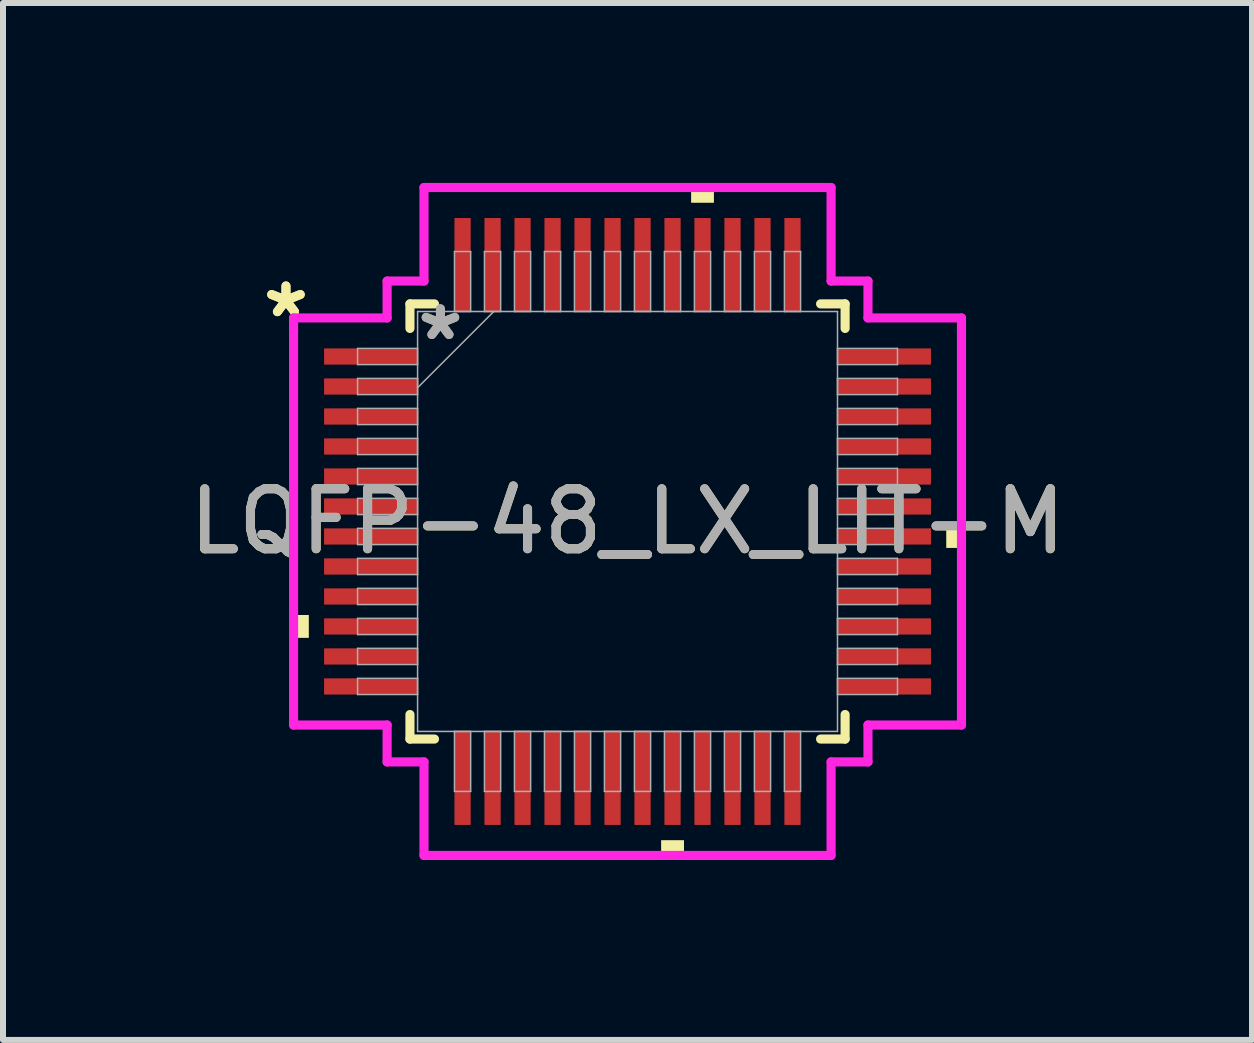
<source format=kicad_pcb>
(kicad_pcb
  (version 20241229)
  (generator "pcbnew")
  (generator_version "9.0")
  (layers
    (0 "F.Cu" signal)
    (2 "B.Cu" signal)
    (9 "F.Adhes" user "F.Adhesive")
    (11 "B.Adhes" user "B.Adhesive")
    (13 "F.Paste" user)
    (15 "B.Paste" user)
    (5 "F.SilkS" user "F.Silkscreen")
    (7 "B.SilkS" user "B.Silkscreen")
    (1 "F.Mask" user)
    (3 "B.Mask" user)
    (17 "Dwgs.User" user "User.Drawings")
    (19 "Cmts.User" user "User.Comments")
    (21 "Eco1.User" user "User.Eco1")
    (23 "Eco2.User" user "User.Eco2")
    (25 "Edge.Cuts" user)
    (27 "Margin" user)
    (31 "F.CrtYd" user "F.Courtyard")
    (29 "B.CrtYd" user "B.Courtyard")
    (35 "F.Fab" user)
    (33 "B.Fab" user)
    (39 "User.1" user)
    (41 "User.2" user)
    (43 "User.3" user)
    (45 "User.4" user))
  (footprint "LQFP-48_LX_LIT-M"
    (layer "F.Cu")
    (at 7.411 5.643)
    (property "Reference" "LQFP-48_LX_LIT-M" (at 0 0 0) (unlocked yes) (layer "F.SilkS") (effects (font (size 1 1) (thickness 0.15))))
    (attr smd)
    (fp_line (start -3.627 -3.627) (end -3.627 -3.218) (stroke (width 0.152) (type solid)) (layer "F.SilkS"))
    (fp_line (start -3.627 3.218) (end -3.627 3.627) (stroke (width 0.152) (type solid)) (layer "F.SilkS"))
    (fp_line (start -3.627 3.627) (end -3.218 3.627) (stroke (width 0.152) (type solid)) (layer "F.SilkS"))
    (fp_line (start -3.218 -3.627) (end -3.627 -3.627) (stroke (width 0.152) (type solid)) (layer "F.SilkS"))
    (fp_line (start 3.218 3.627) (end 3.627 3.627) (stroke (width 0.152) (type solid)) (layer "F.SilkS"))
    (fp_line (start 3.627 -3.627) (end 3.218 -3.627) (stroke (width 0.152) (type solid)) (layer "F.SilkS"))
    (fp_line (start 3.627 -3.218) (end 3.627 -3.627) (stroke (width 0.152) (type solid)) (layer "F.SilkS"))
    (fp_line (start 3.627 3.627) (end 3.627 3.218) (stroke (width 0.152) (type solid)) (layer "F.SilkS"))
    (fp_poly (pts (xy -5.567 1.559) (xy -5.567 1.94) (xy -5.313 1.94) (xy -5.313 1.559)) (stroke (width 0) (type solid)) (fill yes) (layer "F.SilkS"))
    (fp_poly (pts (xy 0.56 5.313) (xy 0.56 5.567) (xy 0.941 5.567) (xy 0.941 5.313)) (stroke (width 0) (type solid)) (fill yes) (layer "F.SilkS"))
    (fp_poly (pts (xy 1.06 -5.313) (xy 1.06 -5.567) (xy 1.44 -5.567) (xy 1.44 -5.313)) (stroke (width 0) (type solid)) (fill yes) (layer "F.SilkS"))
    (fp_poly (pts (xy 5.567 0.059) (xy 5.567 0.441) (xy 5.313 0.441) (xy 5.313 0.059)) (stroke (width 0) (type solid)) (fill yes) (layer "F.SilkS"))
    (fp_line (start -5.567 -3.393) (end -4.008 -3.393) (stroke (width 0.152) (type solid)) (layer "F.CrtYd"))
    (fp_line (start -5.567 3.393) (end -5.567 -3.393) (stroke (width 0.152) (type solid)) (layer "F.CrtYd"))
    (fp_line (start -4.008 -4.008) (end -3.393 -4.008) (stroke (width 0.152) (type solid)) (layer "F.CrtYd"))
    (fp_line (start -4.008 -3.393) (end -4.008 -4.008) (stroke (width 0.152) (type solid)) (layer "F.CrtYd"))
    (fp_line (start -4.008 3.393) (end -5.567 3.393) (stroke (width 0.152) (type solid)) (layer "F.CrtYd"))
    (fp_line (start -4.008 4.008) (end -4.008 3.393) (stroke (width 0.152) (type solid)) (layer "F.CrtYd"))
    (fp_line (start -4.008 4.008) (end -3.393 4.008) (stroke (width 0.152) (type solid)) (layer "F.CrtYd"))
    (fp_line (start -3.393 -5.567) (end 3.393 -5.567) (stroke (width 0.152) (type solid)) (layer "F.CrtYd"))
    (fp_line (start -3.393 -4.008) (end -3.393 -5.567) (stroke (width 0.152) (type solid)) (layer "F.CrtYd"))
    (fp_line (start -3.393 4.008) (end -3.393 5.567) (stroke (width 0.152) (type solid)) (layer "F.CrtYd"))
    (fp_line (start -3.393 5.567) (end 3.393 5.567) (stroke (width 0.152) (type solid)) (layer "F.CrtYd"))
    (fp_line (start 3.393 -5.567) (end 3.393 -4.008) (stroke (width 0.152) (type solid)) (layer "F.CrtYd"))
    (fp_line (start 3.393 -4.008) (end 4.008 -4.008) (stroke (width 0.152) (type solid)) (layer "F.CrtYd"))
    (fp_line (start 3.393 4.008) (end 4.008 4.008) (stroke (width 0.152) (type solid)) (layer "F.CrtYd"))
    (fp_line (start 3.393 5.567) (end 3.393 4.008) (stroke (width 0.152) (type solid)) (layer "F.CrtYd"))
    (fp_line (start 4.008 -3.393) (end 4.008 -4.008) (stroke (width 0.152) (type solid)) (layer "F.CrtYd"))
    (fp_line (start 4.008 3.393) (end 5.567 3.393) (stroke (width 0.152) (type solid)) (layer "F.CrtYd"))
    (fp_line (start 4.008 4.008) (end 4.008 3.393) (stroke (width 0.152) (type solid)) (layer "F.CrtYd"))
    (fp_line (start 5.567 -3.393) (end 4.008 -3.393) (stroke (width 0.152) (type solid)) (layer "F.CrtYd"))
    (fp_line (start 5.567 3.393) (end 5.567 -3.393) (stroke (width 0.152) (type solid)) (layer "F.CrtYd"))
    (fp_line (start -4.5 -2.885) (end -4.5 -2.615) (stroke (width 0.025) (type solid)) (layer "F.Fab"))
    (fp_line (start -4.5 -2.615) (end -3.5 -2.615) (stroke (width 0.025) (type solid)) (layer "F.Fab"))
    (fp_line (start -4.5 -2.385) (end -4.5 -2.115) (stroke (width 0.025) (type solid)) (layer "F.Fab"))
    (fp_line (start -4.5 -2.115) (end -3.5 -2.115) (stroke (width 0.025) (type solid)) (layer "F.Fab"))
    (fp_line (start -4.5 -1.885) (end -4.5 -1.615) (stroke (width 0.025) (type solid)) (layer "F.Fab"))
    (fp_line (start -4.5 -1.615) (end -3.5 -1.615) (stroke (width 0.025) (type solid)) (layer "F.Fab"))
    (fp_line (start -4.5 -1.385) (end -4.5 -1.115) (stroke (width 0.025) (type solid)) (layer "F.Fab"))
    (fp_line (start -4.5 -1.115) (end -3.5 -1.115) (stroke (width 0.025) (type solid)) (layer "F.Fab"))
    (fp_line (start -4.5 -0.885) (end -4.5 -0.615) (stroke (width 0.025) (type solid)) (layer "F.Fab"))
    (fp_line (start -4.5 -0.615) (end -3.5 -0.615) (stroke (width 0.025) (type solid)) (layer "F.Fab"))
    (fp_line (start -4.5 -0.385) (end -4.5 -0.115) (stroke (width 0.025) (type solid)) (layer "F.Fab"))
    (fp_line (start -4.5 -0.115) (end -3.5 -0.115) (stroke (width 0.025) (type solid)) (layer "F.Fab"))
    (fp_line (start -4.5 0.115) (end -4.5 0.385) (stroke (width 0.025) (type solid)) (layer "F.Fab"))
    (fp_line (start -4.5 0.385) (end -3.5 0.385) (stroke (width 0.025) (type solid)) (layer "F.Fab"))
    (fp_line (start -4.5 0.615) (end -4.5 0.885) (stroke (width 0.025) (type solid)) (layer "F.Fab"))
    (fp_line (start -4.5 0.885) (end -3.5 0.885) (stroke (width 0.025) (type solid)) (layer "F.Fab"))
    (fp_line (start -4.5 1.115) (end -4.5 1.385) (stroke (width 0.025) (type solid)) (layer "F.Fab"))
    (fp_line (start -4.5 1.385) (end -3.5 1.385) (stroke (width 0.025) (type solid)) (layer "F.Fab"))
    (fp_line (start -4.5 1.615) (end -4.5 1.885) (stroke (width 0.025) (type solid)) (layer "F.Fab"))
    (fp_line (start -4.5 1.885) (end -3.5 1.885) (stroke (width 0.025) (type solid)) (layer "F.Fab"))
    (fp_line (start -4.5 2.115) (end -4.5 2.385) (stroke (width 0.025) (type solid)) (layer "F.Fab"))
    (fp_line (start -4.5 2.385) (end -3.5 2.385) (stroke (width 0.025) (type solid)) (layer "F.Fab"))
    (fp_line (start -4.5 2.615) (end -4.5 2.885) (stroke (width 0.025) (type solid)) (layer "F.Fab"))
    (fp_line (start -4.5 2.885) (end -3.5 2.885) (stroke (width 0.025) (type solid)) (layer "F.Fab"))
    (fp_line (start -3.5 -3.5) (end -3.5 3.5) (stroke (width 0.025) (type solid)) (layer "F.Fab"))
    (fp_line (start -3.5 -2.885) (end -4.5 -2.885) (stroke (width 0.025) (type solid)) (layer "F.Fab"))
    (fp_line (start -3.5 -2.615) (end -3.5 -2.885) (stroke (width 0.025) (type solid)) (layer "F.Fab"))
    (fp_line (start -3.5 -2.385) (end -4.5 -2.385) (stroke (width 0.025) (type solid)) (layer "F.Fab"))
    (fp_line (start -3.5 -2.23) (end -2.23 -3.5) (stroke (width 0.025) (type solid)) (layer "F.Fab"))
    (fp_line (start -3.5 -2.115) (end -3.5 -2.385) (stroke (width 0.025) (type solid)) (layer "F.Fab"))
    (fp_line (start -3.5 -1.885) (end -4.5 -1.885) (stroke (width 0.025) (type solid)) (layer "F.Fab"))
    (fp_line (start -3.5 -1.615) (end -3.5 -1.885) (stroke (width 0.025) (type solid)) (layer "F.Fab"))
    (fp_line (start -3.5 -1.385) (end -4.5 -1.385) (stroke (width 0.025) (type solid)) (layer "F.Fab"))
    (fp_line (start -3.5 -1.115) (end -3.5 -1.385) (stroke (width 0.025) (type solid)) (layer "F.Fab"))
    (fp_line (start -3.5 -0.885) (end -4.5 -0.885) (stroke (width 0.025) (type solid)) (layer "F.Fab"))
    (fp_line (start -3.5 -0.615) (end -3.5 -0.885) (stroke (width 0.025) (type solid)) (layer "F.Fab"))
    (fp_line (start -3.5 -0.385) (end -4.5 -0.385) (stroke (width 0.025) (type solid)) (layer "F.Fab"))
    (fp_line (start -3.5 -0.115) (end -3.5 -0.385) (stroke (width 0.025) (type solid)) (layer "F.Fab"))
    (fp_line (start -3.5 0.115) (end -4.5 0.115) (stroke (width 0.025) (type solid)) (layer "F.Fab"))
    (fp_line (start -3.5 0.385) (end -3.5 0.115) (stroke (width 0.025) (type solid)) (layer "F.Fab"))
    (fp_line (start -3.5 0.615) (end -4.5 0.615) (stroke (width 0.025) (type solid)) (layer "F.Fab"))
    (fp_line (start -3.5 0.885) (end -3.5 0.615) (stroke (width 0.025) (type solid)) (layer "F.Fab"))
    (fp_line (start -3.5 1.115) (end -4.5 1.115) (stroke (width 0.025) (type solid)) (layer "F.Fab"))
    (fp_line (start -3.5 1.385) (end -3.5 1.115) (stroke (width 0.025) (type solid)) (layer "F.Fab"))
    (fp_line (start -3.5 1.615) (end -4.5 1.615) (stroke (width 0.025) (type solid)) (layer "F.Fab"))
    (fp_line (start -3.5 1.885) (end -3.5 1.615) (stroke (width 0.025) (type solid)) (layer "F.Fab"))
    (fp_line (start -3.5 2.115) (end -4.5 2.115) (stroke (width 0.025) (type solid)) (layer "F.Fab"))
    (fp_line (start -3.5 2.385) (end -3.5 2.115) (stroke (width 0.025) (type solid)) (layer "F.Fab"))
    (fp_line (start -3.5 2.615) (end -4.5 2.615) (stroke (width 0.025) (type solid)) (layer "F.Fab"))
    (fp_line (start -3.5 2.885) (end -3.5 2.615) (stroke (width 0.025) (type solid)) (layer "F.Fab"))
    (fp_line (start -3.5 3.5) (end 3.5 3.5) (stroke (width 0.025) (type solid)) (layer "F.Fab"))
    (fp_line (start -2.885 -4.5) (end -2.885 -3.5) (stroke (width 0.025) (type solid)) (layer "F.Fab"))
    (fp_line (start -2.885 -3.5) (end -2.615 -3.5) (stroke (width 0.025) (type solid)) (layer "F.Fab"))
    (fp_line (start -2.885 3.5) (end -2.885 4.5) (stroke (width 0.025) (type solid)) (layer "F.Fab"))
    (fp_line (start -2.885 4.5) (end -2.615 4.5) (stroke (width 0.025) (type solid)) (layer "F.Fab"))
    (fp_line (start -2.615 -4.5) (end -2.885 -4.5) (stroke (width 0.025) (type solid)) (layer "F.Fab"))
    (fp_line (start -2.615 -3.5) (end -2.615 -4.5) (stroke (width 0.025) (type solid)) (layer "F.Fab"))
    (fp_line (start -2.615 3.5) (end -2.885 3.5) (stroke (width 0.025) (type solid)) (layer "F.Fab"))
    (fp_line (start -2.615 4.5) (end -2.615 3.5) (stroke (width 0.025) (type solid)) (layer "F.Fab"))
    (fp_line (start -2.385 -4.5) (end -2.385 -3.5) (stroke (width 0.025) (type solid)) (layer "F.Fab"))
    (fp_line (start -2.385 -3.5) (end -2.115 -3.5) (stroke (width 0.025) (type solid)) (layer "F.Fab"))
    (fp_line (start -2.385 3.5) (end -2.385 4.5) (stroke (width 0.025) (type solid)) (layer "F.Fab"))
    (fp_line (start -2.385 4.5) (end -2.115 4.5) (stroke (width 0.025) (type solid)) (layer "F.Fab"))
    (fp_line (start -2.115 -4.5) (end -2.385 -4.5) (stroke (width 0.025) (type solid)) (layer "F.Fab"))
    (fp_line (start -2.115 -3.5) (end -2.115 -4.5) (stroke (width 0.025) (type solid)) (layer "F.Fab"))
    (fp_line (start -2.115 3.5) (end -2.385 3.5) (stroke (width 0.025) (type solid)) (layer "F.Fab"))
    (fp_line (start -2.115 4.5) (end -2.115 3.5) (stroke (width 0.025) (type solid)) (layer "F.Fab"))
    (fp_line (start -1.885 -4.5) (end -1.885 -3.5) (stroke (width 0.025) (type solid)) (layer "F.Fab"))
    (fp_line (start -1.885 -3.5) (end -1.615 -3.5) (stroke (width 0.025) (type solid)) (layer "F.Fab"))
    (fp_line (start -1.885 3.5) (end -1.885 4.5) (stroke (width 0.025) (type solid)) (layer "F.Fab"))
    (fp_line (start -1.885 4.5) (end -1.615 4.5) (stroke (width 0.025) (type solid)) (layer "F.Fab"))
    (fp_line (start -1.615 -4.5) (end -1.885 -4.5) (stroke (width 0.025) (type solid)) (layer "F.Fab"))
    (fp_line (start -1.615 -3.5) (end -1.615 -4.5) (stroke (width 0.025) (type solid)) (layer "F.Fab"))
    (fp_line (start -1.615 3.5) (end -1.885 3.5) (stroke (width 0.025) (type solid)) (layer "F.Fab"))
    (fp_line (start -1.615 4.5) (end -1.615 3.5) (stroke (width 0.025) (type solid)) (layer "F.Fab"))
    (fp_line (start -1.385 -4.5) (end -1.385 -3.5) (stroke (width 0.025) (type solid)) (layer "F.Fab"))
    (fp_line (start -1.385 -3.5) (end -1.115 -3.5) (stroke (width 0.025) (type solid)) (layer "F.Fab"))
    (fp_line (start -1.385 3.5) (end -1.385 4.5) (stroke (width 0.025) (type solid)) (layer "F.Fab"))
    (fp_line (start -1.385 4.5) (end -1.115 4.5) (stroke (width 0.025) (type solid)) (layer "F.Fab"))
    (fp_line (start -1.115 -4.5) (end -1.385 -4.5) (stroke (width 0.025) (type solid)) (layer "F.Fab"))
    (fp_line (start -1.115 -3.5) (end -1.115 -4.5) (stroke (width 0.025) (type solid)) (layer "F.Fab"))
    (fp_line (start -1.115 3.5) (end -1.385 3.5) (stroke (width 0.025) (type solid)) (layer "F.Fab"))
    (fp_line (start -1.115 4.5) (end -1.115 3.5) (stroke (width 0.025) (type solid)) (layer "F.Fab"))
    (fp_line (start -0.885 -4.5) (end -0.885 -3.5) (stroke (width 0.025) (type solid)) (layer "F.Fab"))
    (fp_line (start -0.885 -3.5) (end -0.615 -3.5) (stroke (width 0.025) (type solid)) (layer "F.Fab"))
    (fp_line (start -0.885 3.5) (end -0.885 4.5) (stroke (width 0.025) (type solid)) (layer "F.Fab"))
    (fp_line (start -0.885 4.5) (end -0.615 4.5) (stroke (width 0.025) (type solid)) (layer "F.Fab"))
    (fp_line (start -0.615 -4.5) (end -0.885 -4.5) (stroke (width 0.025) (type solid)) (layer "F.Fab"))
    (fp_line (start -0.615 -3.5) (end -0.615 -4.5) (stroke (width 0.025) (type solid)) (layer "F.Fab"))
    (fp_line (start -0.615 3.5) (end -0.885 3.5) (stroke (width 0.025) (type solid)) (layer "F.Fab"))
    (fp_line (start -0.615 4.5) (end -0.615 3.5) (stroke (width 0.025) (type solid)) (layer "F.Fab"))
    (fp_line (start -0.385 -4.5) (end -0.385 -3.5) (stroke (width 0.025) (type solid)) (layer "F.Fab"))
    (fp_line (start -0.385 -3.5) (end -0.115 -3.5) (stroke (width 0.025) (type solid)) (layer "F.Fab"))
    (fp_line (start -0.385 3.5) (end -0.385 4.5) (stroke (width 0.025) (type solid)) (layer "F.Fab"))
    (fp_line (start -0.385 4.5) (end -0.115 4.5) (stroke (width 0.025) (type solid)) (layer "F.Fab"))
    (fp_line (start -0.115 -4.5) (end -0.385 -4.5) (stroke (width 0.025) (type solid)) (layer "F.Fab"))
    (fp_line (start -0.115 -3.5) (end -0.115 -4.5) (stroke (width 0.025) (type solid)) (layer "F.Fab"))
    (fp_line (start -0.115 3.5) (end -0.385 3.5) (stroke (width 0.025) (type solid)) (layer "F.Fab"))
    (fp_line (start -0.115 4.5) (end -0.115 3.5) (stroke (width 0.025) (type solid)) (layer "F.Fab"))
    (fp_line (start 0.115 -4.5) (end 0.115 -3.5) (stroke (width 0.025) (type solid)) (layer "F.Fab"))
    (fp_line (start 0.115 -3.5) (end 0.385 -3.5) (stroke (width 0.025) (type solid)) (layer "F.Fab"))
    (fp_line (start 0.115 3.5) (end 0.115 4.5) (stroke (width 0.025) (type solid)) (layer "F.Fab"))
    (fp_line (start 0.115 4.5) (end 0.385 4.5) (stroke (width 0.025) (type solid)) (layer "F.Fab"))
    (fp_line (start 0.385 -4.5) (end 0.115 -4.5) (stroke (width 0.025) (type solid)) (layer "F.Fab"))
    (fp_line (start 0.385 -3.5) (end 0.385 -4.5) (stroke (width 0.025) (type solid)) (layer "F.Fab"))
    (fp_line (start 0.385 3.5) (end 0.115 3.5) (stroke (width 0.025) (type solid)) (layer "F.Fab"))
    (fp_line (start 0.385 4.5) (end 0.385 3.5) (stroke (width 0.025) (type solid)) (layer "F.Fab"))
    (fp_line (start 0.615 -4.5) (end 0.615 -3.5) (stroke (width 0.025) (type solid)) (layer "F.Fab"))
    (fp_line (start 0.615 -3.5) (end 0.885 -3.5) (stroke (width 0.025) (type solid)) (layer "F.Fab"))
    (fp_line (start 0.615 3.5) (end 0.615 4.5) (stroke (width 0.025) (type solid)) (layer "F.Fab"))
    (fp_line (start 0.615 4.5) (end 0.885 4.5) (stroke (width 0.025) (type solid)) (layer "F.Fab"))
    (fp_line (start 0.885 -4.5) (end 0.615 -4.5) (stroke (width 0.025) (type solid)) (layer "F.Fab"))
    (fp_line (start 0.885 -3.5) (end 0.885 -4.5) (stroke (width 0.025) (type solid)) (layer "F.Fab"))
    (fp_line (start 0.885 3.5) (end 0.615 3.5) (stroke (width 0.025) (type solid)) (layer "F.Fab"))
    (fp_line (start 0.885 4.5) (end 0.885 3.5) (stroke (width 0.025) (type solid)) (layer "F.Fab"))
    (fp_line (start 1.115 -4.5) (end 1.115 -3.5) (stroke (width 0.025) (type solid)) (layer "F.Fab"))
    (fp_line (start 1.115 -3.5) (end 1.385 -3.5) (stroke (width 0.025) (type solid)) (layer "F.Fab"))
    (fp_line (start 1.115 3.5) (end 1.115 4.5) (stroke (width 0.025) (type solid)) (layer "F.Fab"))
    (fp_line (start 1.115 4.5) (end 1.385 4.5) (stroke (width 0.025) (type solid)) (layer "F.Fab"))
    (fp_line (start 1.385 -4.5) (end 1.115 -4.5) (stroke (width 0.025) (type solid)) (layer "F.Fab"))
    (fp_line (start 1.385 -3.5) (end 1.385 -4.5) (stroke (width 0.025) (type solid)) (layer "F.Fab"))
    (fp_line (start 1.385 3.5) (end 1.115 3.5) (stroke (width 0.025) (type solid)) (layer "F.Fab"))
    (fp_line (start 1.385 4.5) (end 1.385 3.5) (stroke (width 0.025) (type solid)) (layer "F.Fab"))
    (fp_line (start 1.615 -4.5) (end 1.615 -3.5) (stroke (width 0.025) (type solid)) (layer "F.Fab"))
    (fp_line (start 1.615 -3.5) (end 1.885 -3.5) (stroke (width 0.025) (type solid)) (layer "F.Fab"))
    (fp_line (start 1.615 3.5) (end 1.615 4.5) (stroke (width 0.025) (type solid)) (layer "F.Fab"))
    (fp_line (start 1.615 4.5) (end 1.885 4.5) (stroke (width 0.025) (type solid)) (layer "F.Fab"))
    (fp_line (start 1.885 -4.5) (end 1.615 -4.5) (stroke (width 0.025) (type solid)) (layer "F.Fab"))
    (fp_line (start 1.885 -3.5) (end 1.885 -4.5) (stroke (width 0.025) (type solid)) (layer "F.Fab"))
    (fp_line (start 1.885 3.5) (end 1.615 3.5) (stroke (width 0.025) (type solid)) (layer "F.Fab"))
    (fp_line (start 1.885 4.5) (end 1.885 3.5) (stroke (width 0.025) (type solid)) (layer "F.Fab"))
    (fp_line (start 2.115 -4.5) (end 2.115 -3.5) (stroke (width 0.025) (type solid)) (layer "F.Fab"))
    (fp_line (start 2.115 -3.5) (end 2.385 -3.5) (stroke (width 0.025) (type solid)) (layer "F.Fab"))
    (fp_line (start 2.115 3.5) (end 2.115 4.5) (stroke (width 0.025) (type solid)) (layer "F.Fab"))
    (fp_line (start 2.115 4.5) (end 2.385 4.5) (stroke (width 0.025) (type solid)) (layer "F.Fab"))
    (fp_line (start 2.385 -4.5) (end 2.115 -4.5) (stroke (width 0.025) (type solid)) (layer "F.Fab"))
    (fp_line (start 2.385 -3.5) (end 2.385 -4.5) (stroke (width 0.025) (type solid)) (layer "F.Fab"))
    (fp_line (start 2.385 3.5) (end 2.115 3.5) (stroke (width 0.025) (type solid)) (layer "F.Fab"))
    (fp_line (start 2.385 4.5) (end 2.385 3.5) (stroke (width 0.025) (type solid)) (layer "F.Fab"))
    (fp_line (start 2.615 -4.5) (end 2.615 -3.5) (stroke (width 0.025) (type solid)) (layer "F.Fab"))
    (fp_line (start 2.615 -3.5) (end 2.885 -3.5) (stroke (width 0.025) (type solid)) (layer "F.Fab"))
    (fp_line (start 2.615 3.5) (end 2.615 4.5) (stroke (width 0.025) (type solid)) (layer "F.Fab"))
    (fp_line (start 2.615 4.5) (end 2.885 4.5) (stroke (width 0.025) (type solid)) (layer "F.Fab"))
    (fp_line (start 2.885 -4.5) (end 2.615 -4.5) (stroke (width 0.025) (type solid)) (layer "F.Fab"))
    (fp_line (start 2.885 -3.5) (end 2.885 -4.5) (stroke (width 0.025) (type solid)) (layer "F.Fab"))
    (fp_line (start 2.885 3.5) (end 2.615 3.5) (stroke (width 0.025) (type solid)) (layer "F.Fab"))
    (fp_line (start 2.885 4.5) (end 2.885 3.5) (stroke (width 0.025) (type solid)) (layer "F.Fab"))
    (fp_line (start 3.5 -3.5) (end -3.5 -3.5) (stroke (width 0.025) (type solid)) (layer "F.Fab"))
    (fp_line (start 3.5 -2.885) (end 3.5 -2.615) (stroke (width 0.025) (type solid)) (layer "F.Fab"))
    (fp_line (start 3.5 -2.615) (end 4.5 -2.615) (stroke (width 0.025) (type solid)) (layer "F.Fab"))
    (fp_line (start 3.5 -2.385) (end 3.5 -2.115) (stroke (width 0.025) (type solid)) (layer "F.Fab"))
    (fp_line (start 3.5 -2.115) (end 4.5 -2.115) (stroke (width 0.025) (type solid)) (layer "F.Fab"))
    (fp_line (start 3.5 -1.885) (end 3.5 -1.615) (stroke (width 0.025) (type solid)) (layer "F.Fab"))
    (fp_line (start 3.5 -1.615) (end 4.5 -1.615) (stroke (width 0.025) (type solid)) (layer "F.Fab"))
    (fp_line (start 3.5 -1.385) (end 3.5 -1.115) (stroke (width 0.025) (type solid)) (layer "F.Fab"))
    (fp_line (start 3.5 -1.115) (end 4.5 -1.115) (stroke (width 0.025) (type solid)) (layer "F.Fab"))
    (fp_line (start 3.5 -0.885) (end 3.5 -0.615) (stroke (width 0.025) (type solid)) (layer "F.Fab"))
    (fp_line (start 3.5 -0.615) (end 4.5 -0.615) (stroke (width 0.025) (type solid)) (layer "F.Fab"))
    (fp_line (start 3.5 -0.385) (end 3.5 -0.115) (stroke (width 0.025) (type solid)) (layer "F.Fab"))
    (fp_line (start 3.5 -0.115) (end 4.5 -0.115) (stroke (width 0.025) (type solid)) (layer "F.Fab"))
    (fp_line (start 3.5 0.115) (end 3.5 0.385) (stroke (width 0.025) (type solid)) (layer "F.Fab"))
    (fp_line (start 3.5 0.385) (end 4.5 0.385) (stroke (width 0.025) (type solid)) (layer "F.Fab"))
    (fp_line (start 3.5 0.615) (end 3.5 0.885) (stroke (width 0.025) (type solid)) (layer "F.Fab"))
    (fp_line (start 3.5 0.885) (end 4.5 0.885) (stroke (width 0.025) (type solid)) (layer "F.Fab"))
    (fp_line (start 3.5 1.115) (end 3.5 1.385) (stroke (width 0.025) (type solid)) (layer "F.Fab"))
    (fp_line (start 3.5 1.385) (end 4.5 1.385) (stroke (width 0.025) (type solid)) (layer "F.Fab"))
    (fp_line (start 3.5 1.615) (end 3.5 1.885) (stroke (width 0.025) (type solid)) (layer "F.Fab"))
    (fp_line (start 3.5 1.885) (end 4.5 1.885) (stroke (width 0.025) (type solid)) (layer "F.Fab"))
    (fp_line (start 3.5 2.115) (end 3.5 2.385) (stroke (width 0.025) (type solid)) (layer "F.Fab"))
    (fp_line (start 3.5 2.385) (end 4.5 2.385) (stroke (width 0.025) (type solid)) (layer "F.Fab"))
    (fp_line (start 3.5 2.615) (end 3.5 2.885) (stroke (width 0.025) (type solid)) (layer "F.Fab"))
    (fp_line (start 3.5 2.885) (end 4.5 2.885) (stroke (width 0.025) (type solid)) (layer "F.Fab"))
    (fp_line (start 3.5 3.5) (end 3.5 -3.5) (stroke (width 0.025) (type solid)) (layer "F.Fab"))
    (fp_line (start 4.5 -2.885) (end 3.5 -2.885) (stroke (width 0.025) (type solid)) (layer "F.Fab"))
    (fp_line (start 4.5 -2.615) (end 4.5 -2.885) (stroke (width 0.025) (type solid)) (layer "F.Fab"))
    (fp_line (start 4.5 -2.385) (end 3.5 -2.385) (stroke (width 0.025) (type solid)) (layer "F.Fab"))
    (fp_line (start 4.5 -2.115) (end 4.5 -2.385) (stroke (width 0.025) (type solid)) (layer "F.Fab"))
    (fp_line (start 4.5 -1.885) (end 3.5 -1.885) (stroke (width 0.025) (type solid)) (layer "F.Fab"))
    (fp_line (start 4.5 -1.615) (end 4.5 -1.885) (stroke (width 0.025) (type solid)) (layer "F.Fab"))
    (fp_line (start 4.5 -1.385) (end 3.5 -1.385) (stroke (width 0.025) (type solid)) (layer "F.Fab"))
    (fp_line (start 4.5 -1.115) (end 4.5 -1.385) (stroke (width 0.025) (type solid)) (layer "F.Fab"))
    (fp_line (start 4.5 -0.885) (end 3.5 -0.885) (stroke (width 0.025) (type solid)) (layer "F.Fab"))
    (fp_line (start 4.5 -0.615) (end 4.5 -0.885) (stroke (width 0.025) (type solid)) (layer "F.Fab"))
    (fp_line (start 4.5 -0.385) (end 3.5 -0.385) (stroke (width 0.025) (type solid)) (layer "F.Fab"))
    (fp_line (start 4.5 -0.115) (end 4.5 -0.385) (stroke (width 0.025) (type solid)) (layer "F.Fab"))
    (fp_line (start 4.5 0.115) (end 3.5 0.115) (stroke (width 0.025) (type solid)) (layer "F.Fab"))
    (fp_line (start 4.5 0.385) (end 4.5 0.115) (stroke (width 0.025) (type solid)) (layer "F.Fab"))
    (fp_line (start 4.5 0.615) (end 3.5 0.615) (stroke (width 0.025) (type solid)) (layer "F.Fab"))
    (fp_line (start 4.5 0.885) (end 4.5 0.615) (stroke (width 0.025) (type solid)) (layer "F.Fab"))
    (fp_line (start 4.5 1.115) (end 3.5 1.115) (stroke (width 0.025) (type solid)) (layer "F.Fab"))
    (fp_line (start 4.5 1.385) (end 4.5 1.115) (stroke (width 0.025) (type solid)) (layer "F.Fab"))
    (fp_line (start 4.5 1.615) (end 3.5 1.615) (stroke (width 0.025) (type solid)) (layer "F.Fab"))
    (fp_line (start 4.5 1.885) (end 4.5 1.615) (stroke (width 0.025) (type solid)) (layer "F.Fab"))
    (fp_line (start 4.5 2.115) (end 3.5 2.115) (stroke (width 0.025) (type solid)) (layer "F.Fab"))
    (fp_line (start 4.5 2.385) (end 4.5 2.115) (stroke (width 0.025) (type solid)) (layer "F.Fab"))
    (fp_line (start 4.5 2.615) (end 3.5 2.615) (stroke (width 0.025) (type solid)) (layer "F.Fab"))
    (fp_line (start 4.5 2.885) (end 4.5 2.615) (stroke (width 0.025) (type solid)) (layer "F.Fab"))
    (fp_text user "*" (at -5.694 -3.381 0) (layer "F.SilkS") (effects (font (size 1 1) (thickness 0.15))))
    (fp_text user "*" (at -5.694 -3.381 0) (unlocked yes) (layer "F.SilkS") (effects (font (size 1 1) (thickness 0.15))))
    (fp_text user "*" (at -3.119 -3 0) (layer "F.Fab") (effects (font (size 1 1) (thickness 0.15))))
    (fp_text user "*" (at -3.119 -3 0) (unlocked yes) (layer "F.Fab") (effects (font (size 1 1) (thickness 0.15))))
    (fp_text user "${REFERENCE}" (at 0 0 0) (unlocked yes) (layer "F.Fab") (effects (font (size 1 1) (thickness 0.15))))
    (pad "1" smd rect (at -4.279 -2.75 90) (size 0.27 1.559) (layers "F.Cu" "F.Mask" "F.Paste"))
    (pad "2" smd rect (at -4.279 -2.25 90) (size 0.27 1.559) (layers "F.Cu" "F.Mask" "F.Paste"))
    (pad "3" smd rect (at -4.279 -1.75 90) (size 0.27 1.559) (layers "F.Cu" "F.Mask" "F.Paste"))
    (pad "4" smd rect (at -4.279 -1.25 90) (size 0.27 1.559) (layers "F.Cu" "F.Mask" "F.Paste"))
    (pad "5" smd rect (at -4.279 -0.75 90) (size 0.27 1.559) (layers "F.Cu" "F.Mask" "F.Paste"))
    (pad "6" smd rect (at -4.279 -0.25 90) (size 0.27 1.559) (layers "F.Cu" "F.Mask" "F.Paste"))
    (pad "7" smd rect (at -4.279 0.25 90) (size 0.27 1.559) (layers "F.Cu" "F.Mask" "F.Paste"))
    (pad "8" smd rect (at -4.279 0.75 90) (size 0.27 1.559) (layers "F.Cu" "F.Mask" "F.Paste"))
    (pad "9" smd rect (at -4.279 1.25 90) (size 0.27 1.559) (layers "F.Cu" "F.Mask" "F.Paste"))
    (pad "10" smd rect (at -4.279 1.75 90) (size 0.27 1.559) (layers "F.Cu" "F.Mask" "F.Paste"))
    (pad "11" smd rect (at -4.279 2.25 90) (size 0.27 1.559) (layers "F.Cu" "F.Mask" "F.Paste"))
    (pad "12" smd rect (at -4.279 2.75 90) (size 0.27 1.559) (layers "F.Cu" "F.Mask" "F.Paste"))
    (pad "13" smd rect (at -2.75 4.279) (size 0.27 1.559) (layers "F.Cu" "F.Mask" "F.Paste"))
    (pad "14" smd rect (at -2.25 4.279) (size 0.27 1.559) (layers "F.Cu" "F.Mask" "F.Paste"))
    (pad "15" smd rect (at -1.75 4.279) (size 0.27 1.559) (layers "F.Cu" "F.Mask" "F.Paste"))
    (pad "16" smd rect (at -1.25 4.279) (size 0.27 1.559) (layers "F.Cu" "F.Mask" "F.Paste"))
    (pad "17" smd rect (at -0.75 4.279) (size 0.27 1.559) (layers "F.Cu" "F.Mask" "F.Paste"))
    (pad "18" smd rect (at -0.25 4.279) (size 0.27 1.559) (layers "F.Cu" "F.Mask" "F.Paste"))
    (pad "19" smd rect (at 0.25 4.279) (size 0.27 1.559) (layers "F.Cu" "F.Mask" "F.Paste"))
    (pad "20" smd rect (at 0.75 4.279) (size 0.27 1.559) (layers "F.Cu" "F.Mask" "F.Paste"))
    (pad "21" smd rect (at 1.25 4.279) (size 0.27 1.559) (layers "F.Cu" "F.Mask" "F.Paste"))
    (pad "22" smd rect (at 1.75 4.279) (size 0.27 1.559) (layers "F.Cu" "F.Mask" "F.Paste"))
    (pad "23" smd rect (at 2.25 4.279) (size 0.27 1.559) (layers "F.Cu" "F.Mask" "F.Paste"))
    (pad "24" smd rect (at 2.75 4.279) (size 0.27 1.559) (layers "F.Cu" "F.Mask" "F.Paste"))
    (pad "25" smd rect (at 4.279 2.75 90) (size 0.27 1.559) (layers "F.Cu" "F.Mask" "F.Paste"))
    (pad "26" smd rect (at 4.279 2.25 90) (size 0.27 1.559) (layers "F.Cu" "F.Mask" "F.Paste"))
    (pad "27" smd rect (at 4.279 1.75 90) (size 0.27 1.559) (layers "F.Cu" "F.Mask" "F.Paste"))
    (pad "28" smd rect (at 4.279 1.25 90) (size 0.27 1.559) (layers "F.Cu" "F.Mask" "F.Paste"))
    (pad "29" smd rect (at 4.279 0.75 90) (size 0.27 1.559) (layers "F.Cu" "F.Mask" "F.Paste"))
    (pad "30" smd rect (at 4.279 0.25 90) (size 0.27 1.559) (layers "F.Cu" "F.Mask" "F.Paste"))
    (pad "31" smd rect (at 4.279 -0.25 90) (size 0.27 1.559) (layers "F.Cu" "F.Mask" "F.Paste"))
    (pad "32" smd rect (at 4.279 -0.75 90) (size 0.27 1.559) (layers "F.Cu" "F.Mask" "F.Paste"))
    (pad "33" smd rect (at 4.279 -1.25 90) (size 0.27 1.559) (layers "F.Cu" "F.Mask" "F.Paste"))
    (pad "34" smd rect (at 4.279 -1.75 90) (size 0.27 1.559) (layers "F.Cu" "F.Mask" "F.Paste"))
    (pad "35" smd rect (at 4.279 -2.25 90) (size 0.27 1.559) (layers "F.Cu" "F.Mask" "F.Paste"))
    (pad "36" smd rect (at 4.279 -2.75 90) (size 0.27 1.559) (layers "F.Cu" "F.Mask" "F.Paste"))
    (pad "37" smd rect (at 2.75 -4.279) (size 0.27 1.559) (layers "F.Cu" "F.Mask" "F.Paste"))
    (pad "38" smd rect (at 2.25 -4.279) (size 0.27 1.559) (layers "F.Cu" "F.Mask" "F.Paste"))
    (pad "39" smd rect (at 1.75 -4.279) (size 0.27 1.559) (layers "F.Cu" "F.Mask" "F.Paste"))
    (pad "40" smd rect (at 1.25 -4.279) (size 0.27 1.559) (layers "F.Cu" "F.Mask" "F.Paste"))
    (pad "41" smd rect (at 0.75 -4.279) (size 0.27 1.559) (layers "F.Cu" "F.Mask" "F.Paste"))
    (pad "42" smd rect (at 0.25 -4.279) (size 0.27 1.559) (layers "F.Cu" "F.Mask" "F.Paste"))
    (pad "43" smd rect (at -0.25 -4.279) (size 0.27 1.559) (layers "F.Cu" "F.Mask" "F.Paste"))
    (pad "44" smd rect (at -0.75 -4.279) (size 0.27 1.559) (layers "F.Cu" "F.Mask" "F.Paste"))
    (pad "45" smd rect (at -1.25 -4.279) (size 0.27 1.559) (layers "F.Cu" "F.Mask" "F.Paste"))
    (pad "46" smd rect (at -1.75 -4.279) (size 0.27 1.559) (layers "F.Cu" "F.Mask" "F.Paste"))
    (pad "47" smd rect (at -2.25 -4.279) (size 0.27 1.559) (layers "F.Cu" "F.Mask" "F.Paste"))
    (pad "48" smd rect (at -2.75 -4.279) (size 0.27 1.559) (layers "F.Cu" "F.Mask" "F.Paste")))
  (gr_rect
    (start -3 -3)
    (end 17.821 14.286)
    (stroke (width 0.1) (type default))
    (fill no)
    (layer "Edge.Cuts")))
</source>
